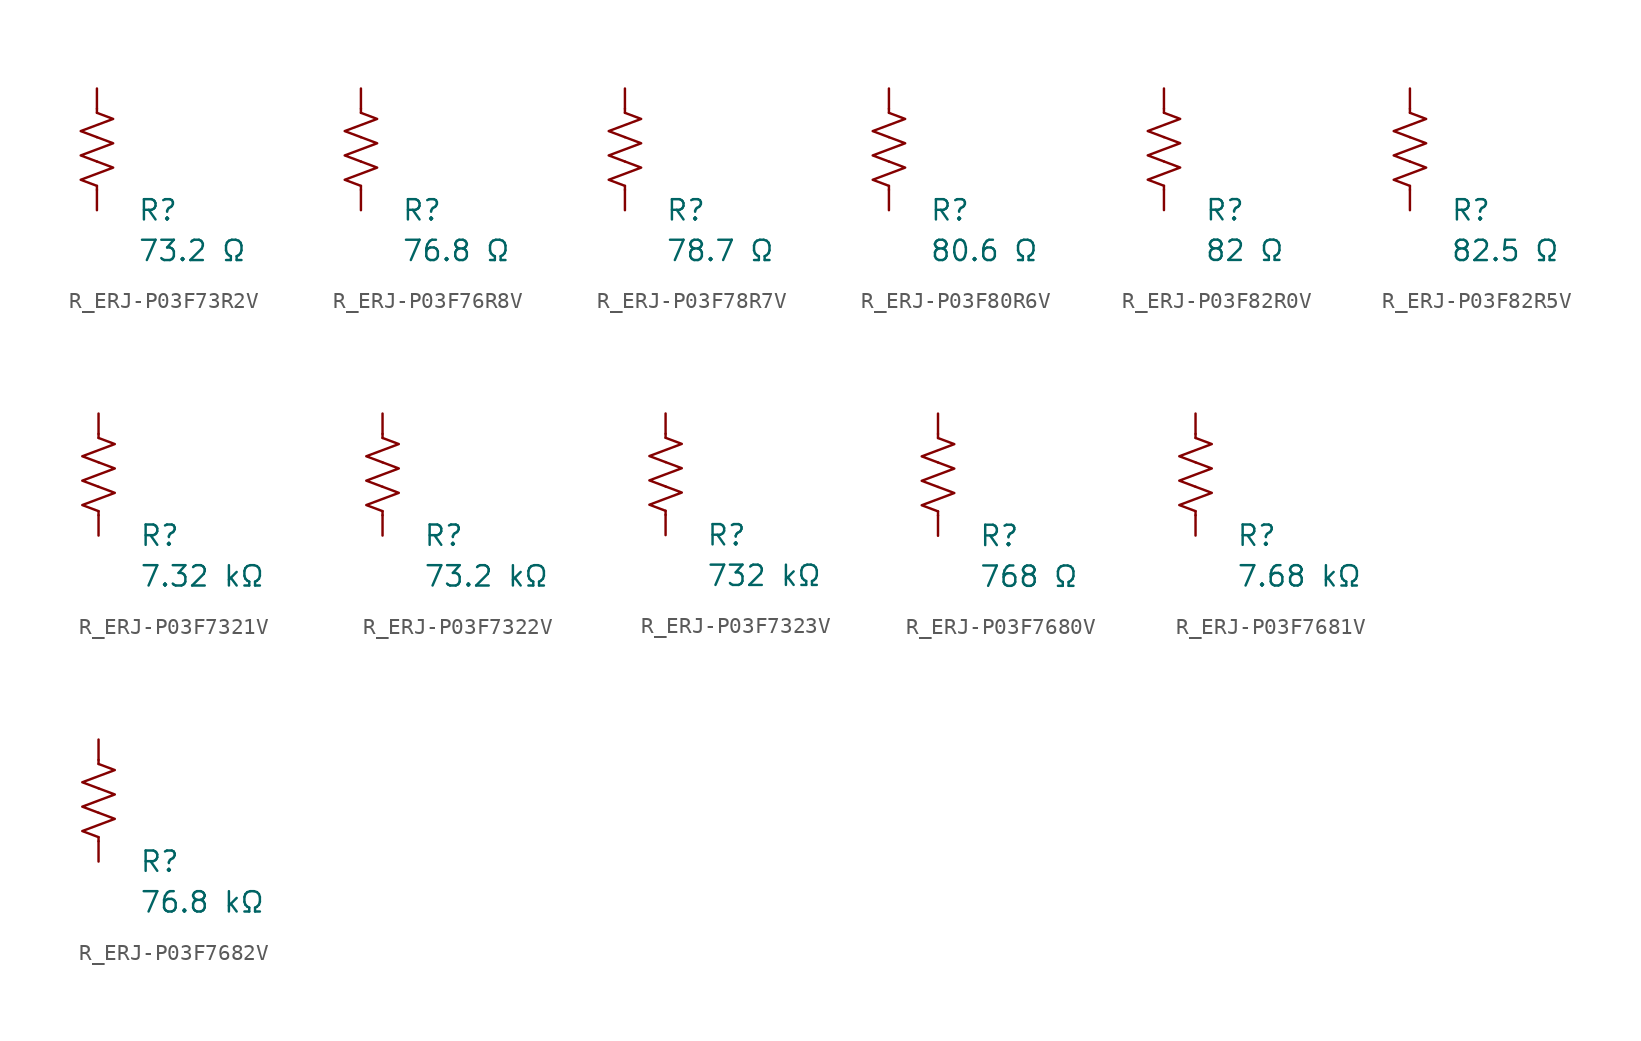
<source format=kicad_sym>
(kicad_symbol_lib
  (version 20231120)
  (generator "kicad_symbol_editor")
  (generator_version "8.0")
  (symbol "R_ERJ-P03F73R2V"
    (pin_numbers hide)
    (pin_names
      (offset 0))
    (property "Reference" "R"
      (at 2.54 -3.81 0)
      (effects (font (size 1.27 1.27)) (justify left))
      (show_name no))
    (property "Value" "73.2 Ω"
      (at 2.54 -6.35 0)
      (effects (font (size 1.27 1.27)) (justify left))
      (show_name no))
    (symbol "R_ERJ-P03F73R2V_0_1"
      (polyline (pts (xy 0 -2.286) (xy 0 -2.54)) (stroke (width 0) (type default)) (fill (type none)))
      (polyline (pts (xy 0 2.286) (xy 0 2.54)) (stroke (width 0) (type default)) (fill (type none)))
      (polyline (pts (xy 0 -0.762) (xy 1.016 -1.143) (xy 0 -1.524) (xy -1.016 -1.905) (xy 0 -2.286)) (stroke (width 0) (type default)) (fill (type none)))
      (polyline (pts (xy 0 0.762) (xy 1.016 0.381) (xy 0 0) (xy -1.016 -0.381) (xy 0 -0.762)) (stroke (width 0) (type default)) (fill (type none)))
      (polyline (pts (xy 0 2.286) (xy 1.016 1.905) (xy 0 1.524) (xy -1.016 1.143) (xy 0 0.762)) (stroke (width 0) (type default)) (fill (type none))))
    (symbol "R_ERJ-P03F73R2V_1_1"
      (pin passive line (at 0 3.81 270) (length 1.27) (name "~" (effects (font (size 1.27 1.27)))) (number "1" (effects (font (size 1.27 1.27)))))
      (pin passive line (at 0 -3.81 90) (length 1.27) (name "~" (effects (font (size 1.27 1.27)))) (number "2" (effects (font (size 1.27 1.27)))))))
  (symbol "R_ERJ-P03F76R8V"
    (pin_numbers hide)
    (pin_names
      (offset 0))
    (property "Reference" "R"
      (at 2.54 -3.81 0)
      (effects (font (size 1.27 1.27)) (justify left))
      (show_name no))
    (property "Value" "76.8 Ω"
      (at 2.54 -6.35 0)
      (effects (font (size 1.27 1.27)) (justify left))
      (show_name no))
    (symbol "R_ERJ-P03F76R8V_0_1"
      (polyline (pts (xy 0 -2.286) (xy 0 -2.54)) (stroke (width 0) (type default)) (fill (type none)))
      (polyline (pts (xy 0 2.286) (xy 0 2.54)) (stroke (width 0) (type default)) (fill (type none)))
      (polyline (pts (xy 0 -0.762) (xy 1.016 -1.143) (xy 0 -1.524) (xy -1.016 -1.905) (xy 0 -2.286)) (stroke (width 0) (type default)) (fill (type none)))
      (polyline (pts (xy 0 0.762) (xy 1.016 0.381) (xy 0 0) (xy -1.016 -0.381) (xy 0 -0.762)) (stroke (width 0) (type default)) (fill (type none)))
      (polyline (pts (xy 0 2.286) (xy 1.016 1.905) (xy 0 1.524) (xy -1.016 1.143) (xy 0 0.762)) (stroke (width 0) (type default)) (fill (type none))))
    (symbol "R_ERJ-P03F76R8V_1_1"
      (pin passive line (at 0 3.81 270) (length 1.27) (name "~" (effects (font (size 1.27 1.27)))) (number "1" (effects (font (size 1.27 1.27)))))
      (pin passive line (at 0 -3.81 90) (length 1.27) (name "~" (effects (font (size 1.27 1.27)))) (number "2" (effects (font (size 1.27 1.27)))))))
  (symbol "R_ERJ-P03F78R7V"
    (pin_numbers hide)
    (pin_names
      (offset 0))
    (property "Reference" "R"
      (at 2.54 -3.81 0)
      (effects (font (size 1.27 1.27)) (justify left))
      (show_name no))
    (property "Value" "78.7 Ω"
      (at 2.54 -6.35 0)
      (effects (font (size 1.27 1.27)) (justify left))
      (show_name no))
    (symbol "R_ERJ-P03F78R7V_0_1"
      (polyline (pts (xy 0 -2.286) (xy 0 -2.54)) (stroke (width 0) (type default)) (fill (type none)))
      (polyline (pts (xy 0 2.286) (xy 0 2.54)) (stroke (width 0) (type default)) (fill (type none)))
      (polyline (pts (xy 0 -0.762) (xy 1.016 -1.143) (xy 0 -1.524) (xy -1.016 -1.905) (xy 0 -2.286)) (stroke (width 0) (type default)) (fill (type none)))
      (polyline (pts (xy 0 0.762) (xy 1.016 0.381) (xy 0 0) (xy -1.016 -0.381) (xy 0 -0.762)) (stroke (width 0) (type default)) (fill (type none)))
      (polyline (pts (xy 0 2.286) (xy 1.016 1.905) (xy 0 1.524) (xy -1.016 1.143) (xy 0 0.762)) (stroke (width 0) (type default)) (fill (type none))))
    (symbol "R_ERJ-P03F78R7V_1_1"
      (pin passive line (at 0 3.81 270) (length 1.27) (name "~" (effects (font (size 1.27 1.27)))) (number "1" (effects (font (size 1.27 1.27)))))
      (pin passive line (at 0 -3.81 90) (length 1.27) (name "~" (effects (font (size 1.27 1.27)))) (number "2" (effects (font (size 1.27 1.27)))))))
  (symbol "R_ERJ-P03F80R6V"
    (pin_numbers hide)
    (pin_names
      (offset 0))
    (property "Reference" "R"
      (at 2.54 -3.81 0)
      (effects (font (size 1.27 1.27)) (justify left))
      (show_name no))
    (property "Value" "80.6 Ω"
      (at 2.54 -6.35 0)
      (effects (font (size 1.27 1.27)) (justify left))
      (show_name no))
    (symbol "R_ERJ-P03F80R6V_0_1"
      (polyline (pts (xy 0 -2.286) (xy 0 -2.54)) (stroke (width 0) (type default)) (fill (type none)))
      (polyline (pts (xy 0 2.286) (xy 0 2.54)) (stroke (width 0) (type default)) (fill (type none)))
      (polyline (pts (xy 0 -0.762) (xy 1.016 -1.143) (xy 0 -1.524) (xy -1.016 -1.905) (xy 0 -2.286)) (stroke (width 0) (type default)) (fill (type none)))
      (polyline (pts (xy 0 0.762) (xy 1.016 0.381) (xy 0 0) (xy -1.016 -0.381) (xy 0 -0.762)) (stroke (width 0) (type default)) (fill (type none)))
      (polyline (pts (xy 0 2.286) (xy 1.016 1.905) (xy 0 1.524) (xy -1.016 1.143) (xy 0 0.762)) (stroke (width 0) (type default)) (fill (type none))))
    (symbol "R_ERJ-P03F80R6V_1_1"
      (pin passive line (at 0 3.81 270) (length 1.27) (name "~" (effects (font (size 1.27 1.27)))) (number "1" (effects (font (size 1.27 1.27)))))
      (pin passive line (at 0 -3.81 90) (length 1.27) (name "~" (effects (font (size 1.27 1.27)))) (number "2" (effects (font (size 1.27 1.27)))))))
  (symbol "R_ERJ-P03F82R0V"
    (pin_numbers hide)
    (pin_names
      (offset 0))
    (property "Reference" "R"
      (at 2.54 -3.81 0)
      (effects (font (size 1.27 1.27)) (justify left))
      (show_name no))
    (property "Value" "82 Ω"
      (at 2.54 -6.35 0)
      (effects (font (size 1.27 1.27)) (justify left))
      (show_name no))
    (symbol "R_ERJ-P03F82R0V_0_1"
      (polyline (pts (xy 0 -2.286) (xy 0 -2.54)) (stroke (width 0) (type default)) (fill (type none)))
      (polyline (pts (xy 0 2.286) (xy 0 2.54)) (stroke (width 0) (type default)) (fill (type none)))
      (polyline (pts (xy 0 -0.762) (xy 1.016 -1.143) (xy 0 -1.524) (xy -1.016 -1.905) (xy 0 -2.286)) (stroke (width 0) (type default)) (fill (type none)))
      (polyline (pts (xy 0 0.762) (xy 1.016 0.381) (xy 0 0) (xy -1.016 -0.381) (xy 0 -0.762)) (stroke (width 0) (type default)) (fill (type none)))
      (polyline (pts (xy 0 2.286) (xy 1.016 1.905) (xy 0 1.524) (xy -1.016 1.143) (xy 0 0.762)) (stroke (width 0) (type default)) (fill (type none))))
    (symbol "R_ERJ-P03F82R0V_1_1"
      (pin passive line (at 0 3.81 270) (length 1.27) (name "~" (effects (font (size 1.27 1.27)))) (number "1" (effects (font (size 1.27 1.27)))))
      (pin passive line (at 0 -3.81 90) (length 1.27) (name "~" (effects (font (size 1.27 1.27)))) (number "2" (effects (font (size 1.27 1.27)))))))
  (symbol "R_ERJ-P03F82R5V"
    (pin_numbers hide)
    (pin_names
      (offset 0))
    (property "Reference" "R"
      (at 2.54 -3.81 0)
      (effects (font (size 1.27 1.27)) (justify left))
      (show_name no))
    (property "Value" "82.5 Ω"
      (at 2.54 -6.35 0)
      (effects (font (size 1.27 1.27)) (justify left))
      (show_name no))
    (symbol "R_ERJ-P03F82R5V_0_1"
      (polyline (pts (xy 0 -2.286) (xy 0 -2.54)) (stroke (width 0) (type default)) (fill (type none)))
      (polyline (pts (xy 0 2.286) (xy 0 2.54)) (stroke (width 0) (type default)) (fill (type none)))
      (polyline (pts (xy 0 -0.762) (xy 1.016 -1.143) (xy 0 -1.524) (xy -1.016 -1.905) (xy 0 -2.286)) (stroke (width 0) (type default)) (fill (type none)))
      (polyline (pts (xy 0 0.762) (xy 1.016 0.381) (xy 0 0) (xy -1.016 -0.381) (xy 0 -0.762)) (stroke (width 0) (type default)) (fill (type none)))
      (polyline (pts (xy 0 2.286) (xy 1.016 1.905) (xy 0 1.524) (xy -1.016 1.143) (xy 0 0.762)) (stroke (width 0) (type default)) (fill (type none))))
    (symbol "R_ERJ-P03F82R5V_1_1"
      (pin passive line (at 0 3.81 270) (length 1.27) (name "~" (effects (font (size 1.27 1.27)))) (number "1" (effects (font (size 1.27 1.27)))))
      (pin passive line (at 0 -3.81 90) (length 1.27) (name "~" (effects (font (size 1.27 1.27)))) (number "2" (effects (font (size 1.27 1.27)))))))
  (symbol "R_ERJ-P03F7321V"
    (pin_numbers hide)
    (pin_names
      (offset 0))
    (property "Reference" "R"
      (at 2.54 -3.81 0)
      (effects (font (size 1.27 1.27)) (justify left))
      (show_name no))
    (property "Value" "7.32 kΩ"
      (at 2.54 -6.35 0)
      (effects (font (size 1.27 1.27)) (justify left))
      (show_name no))
    (symbol "R_ERJ-P03F7321V_0_1"
      (polyline (pts (xy 0 -2.286) (xy 0 -2.54)) (stroke (width 0) (type default)) (fill (type none)))
      (polyline (pts (xy 0 2.286) (xy 0 2.54)) (stroke (width 0) (type default)) (fill (type none)))
      (polyline (pts (xy 0 -0.762) (xy 1.016 -1.143) (xy 0 -1.524) (xy -1.016 -1.905) (xy 0 -2.286)) (stroke (width 0) (type default)) (fill (type none)))
      (polyline (pts (xy 0 0.762) (xy 1.016 0.381) (xy 0 0) (xy -1.016 -0.381) (xy 0 -0.762)) (stroke (width 0) (type default)) (fill (type none)))
      (polyline (pts (xy 0 2.286) (xy 1.016 1.905) (xy 0 1.524) (xy -1.016 1.143) (xy 0 0.762)) (stroke (width 0) (type default)) (fill (type none))))
    (symbol "R_ERJ-P03F7321V_1_1"
      (pin passive line (at 0 3.81 270) (length 1.27) (name "~" (effects (font (size 1.27 1.27)))) (number "1" (effects (font (size 1.27 1.27)))))
      (pin passive line (at 0 -3.81 90) (length 1.27) (name "~" (effects (font (size 1.27 1.27)))) (number "2" (effects (font (size 1.27 1.27)))))))
  (symbol "R_ERJ-P03F7322V"
    (pin_numbers hide)
    (pin_names
      (offset 0))
    (property "Reference" "R"
      (at 2.54 -3.81 0)
      (effects (font (size 1.27 1.27)) (justify left))
      (show_name no))
    (property "Value" "73.2 kΩ"
      (at 2.54 -6.35 0)
      (effects (font (size 1.27 1.27)) (justify left))
      (show_name no))
    (symbol "R_ERJ-P03F7322V_0_1"
      (polyline (pts (xy 0 -2.286) (xy 0 -2.54)) (stroke (width 0) (type default)) (fill (type none)))
      (polyline (pts (xy 0 2.286) (xy 0 2.54)) (stroke (width 0) (type default)) (fill (type none)))
      (polyline (pts (xy 0 -0.762) (xy 1.016 -1.143) (xy 0 -1.524) (xy -1.016 -1.905) (xy 0 -2.286)) (stroke (width 0) (type default)) (fill (type none)))
      (polyline (pts (xy 0 0.762) (xy 1.016 0.381) (xy 0 0) (xy -1.016 -0.381) (xy 0 -0.762)) (stroke (width 0) (type default)) (fill (type none)))
      (polyline (pts (xy 0 2.286) (xy 1.016 1.905) (xy 0 1.524) (xy -1.016 1.143) (xy 0 0.762)) (stroke (width 0) (type default)) (fill (type none))))
    (symbol "R_ERJ-P03F7322V_1_1"
      (pin passive line (at 0 3.81 270) (length 1.27) (name "~" (effects (font (size 1.27 1.27)))) (number "1" (effects (font (size 1.27 1.27)))))
      (pin passive line (at 0 -3.81 90) (length 1.27) (name "~" (effects (font (size 1.27 1.27)))) (number "2" (effects (font (size 1.27 1.27)))))))
  (symbol "R_ERJ-P03F7323V"
    (pin_numbers hide)
    (pin_names
      (offset 0))
    (property "Reference" "R"
      (at 2.54 -3.81 0)
      (effects (font (size 1.27 1.27)) (justify left))
      (show_name no))
    (property "Value" "732 kΩ"
      (at 2.54 -6.35 0)
      (effects (font (size 1.27 1.27)) (justify left))
      (show_name no))
    (symbol "R_ERJ-P03F7323V_0_1"
      (polyline (pts (xy 0 -2.286) (xy 0 -2.54)) (stroke (width 0) (type default)) (fill (type none)))
      (polyline (pts (xy 0 2.286) (xy 0 2.54)) (stroke (width 0) (type default)) (fill (type none)))
      (polyline (pts (xy 0 -0.762) (xy 1.016 -1.143) (xy 0 -1.524) (xy -1.016 -1.905) (xy 0 -2.286)) (stroke (width 0) (type default)) (fill (type none)))
      (polyline (pts (xy 0 0.762) (xy 1.016 0.381) (xy 0 0) (xy -1.016 -0.381) (xy 0 -0.762)) (stroke (width 0) (type default)) (fill (type none)))
      (polyline (pts (xy 0 2.286) (xy 1.016 1.905) (xy 0 1.524) (xy -1.016 1.143) (xy 0 0.762)) (stroke (width 0) (type default)) (fill (type none))))
    (symbol "R_ERJ-P03F7323V_1_1"
      (pin passive line (at 0 3.81 270) (length 1.27) (name "~" (effects (font (size 1.27 1.27)))) (number "1" (effects (font (size 1.27 1.27)))))
      (pin passive line (at 0 -3.81 90) (length 1.27) (name "~" (effects (font (size 1.27 1.27)))) (number "2" (effects (font (size 1.27 1.27)))))))
  (symbol "R_ERJ-P03F7680V"
    (pin_numbers hide)
    (pin_names
      (offset 0))
    (property "Reference" "R"
      (at 2.54 -3.81 0)
      (effects (font (size 1.27 1.27)) (justify left))
      (show_name no))
    (property "Value" "768 Ω"
      (at 2.54 -6.35 0)
      (effects (font (size 1.27 1.27)) (justify left))
      (show_name no))
    (symbol "R_ERJ-P03F7680V_0_1"
      (polyline (pts (xy 0 -2.286) (xy 0 -2.54)) (stroke (width 0) (type default)) (fill (type none)))
      (polyline (pts (xy 0 2.286) (xy 0 2.54)) (stroke (width 0) (type default)) (fill (type none)))
      (polyline (pts (xy 0 -0.762) (xy 1.016 -1.143) (xy 0 -1.524) (xy -1.016 -1.905) (xy 0 -2.286)) (stroke (width 0) (type default)) (fill (type none)))
      (polyline (pts (xy 0 0.762) (xy 1.016 0.381) (xy 0 0) (xy -1.016 -0.381) (xy 0 -0.762)) (stroke (width 0) (type default)) (fill (type none)))
      (polyline (pts (xy 0 2.286) (xy 1.016 1.905) (xy 0 1.524) (xy -1.016 1.143) (xy 0 0.762)) (stroke (width 0) (type default)) (fill (type none))))
    (symbol "R_ERJ-P03F7680V_1_1"
      (pin passive line (at 0 3.81 270) (length 1.27) (name "~" (effects (font (size 1.27 1.27)))) (number "1" (effects (font (size 1.27 1.27)))))
      (pin passive line (at 0 -3.81 90) (length 1.27) (name "~" (effects (font (size 1.27 1.27)))) (number "2" (effects (font (size 1.27 1.27)))))))
  (symbol "R_ERJ-P03F7681V"
    (pin_numbers hide)
    (pin_names
      (offset 0))
    (property "Reference" "R"
      (at 2.54 -3.81 0)
      (effects (font (size 1.27 1.27)) (justify left))
      (show_name no))
    (property "Value" "7.68 kΩ"
      (at 2.54 -6.35 0)
      (effects (font (size 1.27 1.27)) (justify left))
      (show_name no))
    (symbol "R_ERJ-P03F7681V_0_1"
      (polyline (pts (xy 0 -2.286) (xy 0 -2.54)) (stroke (width 0) (type default)) (fill (type none)))
      (polyline (pts (xy 0 2.286) (xy 0 2.54)) (stroke (width 0) (type default)) (fill (type none)))
      (polyline (pts (xy 0 -0.762) (xy 1.016 -1.143) (xy 0 -1.524) (xy -1.016 -1.905) (xy 0 -2.286)) (stroke (width 0) (type default)) (fill (type none)))
      (polyline (pts (xy 0 0.762) (xy 1.016 0.381) (xy 0 0) (xy -1.016 -0.381) (xy 0 -0.762)) (stroke (width 0) (type default)) (fill (type none)))
      (polyline (pts (xy 0 2.286) (xy 1.016 1.905) (xy 0 1.524) (xy -1.016 1.143) (xy 0 0.762)) (stroke (width 0) (type default)) (fill (type none))))
    (symbol "R_ERJ-P03F7681V_1_1"
      (pin passive line (at 0 3.81 270) (length 1.27) (name "~" (effects (font (size 1.27 1.27)))) (number "1" (effects (font (size 1.27 1.27)))))
      (pin passive line (at 0 -3.81 90) (length 1.27) (name "~" (effects (font (size 1.27 1.27)))) (number "2" (effects (font (size 1.27 1.27)))))))
  (symbol "R_ERJ-P03F7682V"
    (pin_numbers hide)
    (pin_names
      (offset 0))
    (property "Reference" "R"
      (at 2.54 -3.81 0)
      (effects (font (size 1.27 1.27)) (justify left))
      (show_name no))
    (property "Value" "76.8 kΩ"
      (at 2.54 -6.35 0)
      (effects (font (size 1.27 1.27)) (justify left))
      (show_name no))
    (symbol "R_ERJ-P03F7682V_0_1"
      (polyline (pts (xy 0 -2.286) (xy 0 -2.54)) (stroke (width 0) (type default)) (fill (type none)))
      (polyline (pts (xy 0 2.286) (xy 0 2.54)) (stroke (width 0) (type default)) (fill (type none)))
      (polyline (pts (xy 0 -0.762) (xy 1.016 -1.143) (xy 0 -1.524) (xy -1.016 -1.905) (xy 0 -2.286)) (stroke (width 0) (type default)) (fill (type none)))
      (polyline (pts (xy 0 0.762) (xy 1.016 0.381) (xy 0 0) (xy -1.016 -0.381) (xy 0 -0.762)) (stroke (width 0) (type default)) (fill (type none)))
      (polyline (pts (xy 0 2.286) (xy 1.016 1.905) (xy 0 1.524) (xy -1.016 1.143) (xy 0 0.762)) (stroke (width 0) (type default)) (fill (type none))))
    (symbol "R_ERJ-P03F7682V_1_1"
      (pin passive line (at 0 3.81 270) (length 1.27) (name "~" (effects (font (size 1.27 1.27)))) (number "1" (effects (font (size 1.27 1.27)))))
      (pin passive line (at 0 -3.81 90) (length 1.27) (name "~" (effects (font (size 1.27 1.27)))) (number "2" (effects (font (size 1.27 1.27))))))))
</source>
